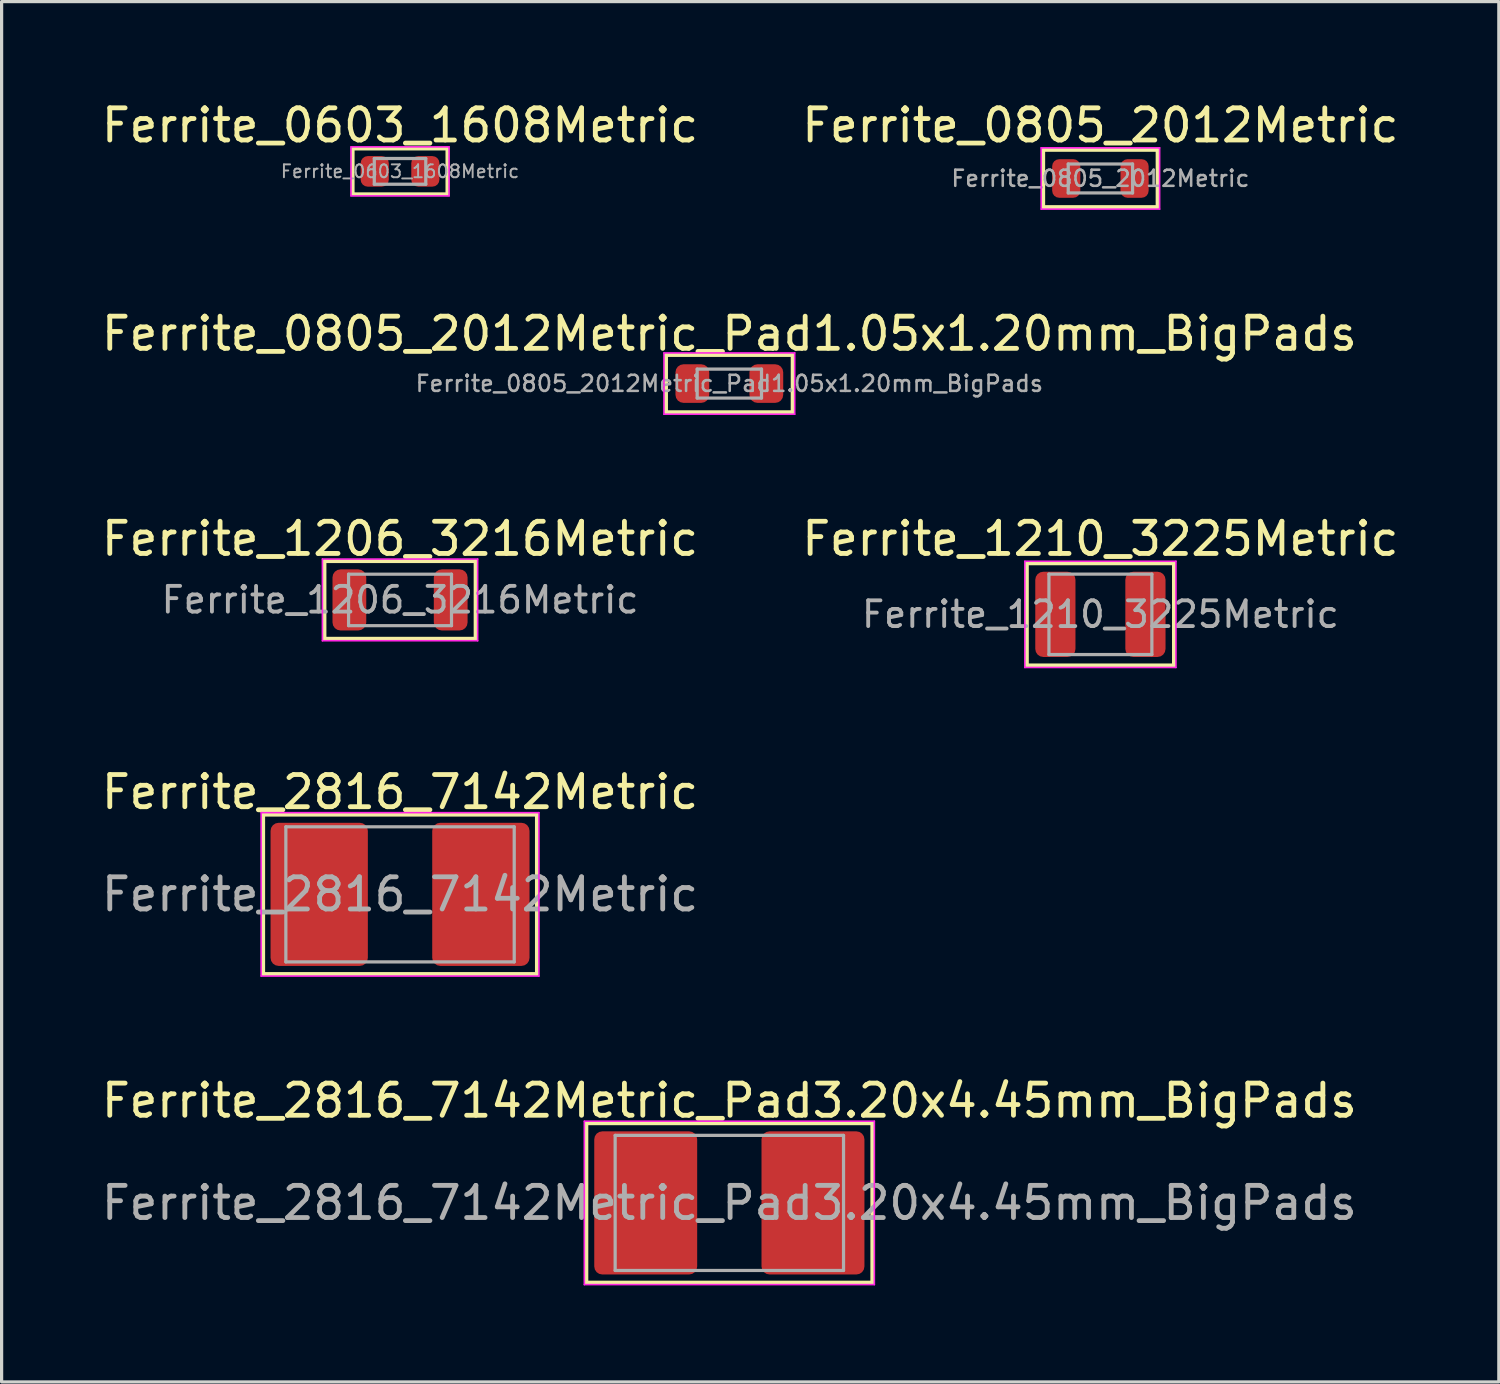
<source format=kicad_pcb>
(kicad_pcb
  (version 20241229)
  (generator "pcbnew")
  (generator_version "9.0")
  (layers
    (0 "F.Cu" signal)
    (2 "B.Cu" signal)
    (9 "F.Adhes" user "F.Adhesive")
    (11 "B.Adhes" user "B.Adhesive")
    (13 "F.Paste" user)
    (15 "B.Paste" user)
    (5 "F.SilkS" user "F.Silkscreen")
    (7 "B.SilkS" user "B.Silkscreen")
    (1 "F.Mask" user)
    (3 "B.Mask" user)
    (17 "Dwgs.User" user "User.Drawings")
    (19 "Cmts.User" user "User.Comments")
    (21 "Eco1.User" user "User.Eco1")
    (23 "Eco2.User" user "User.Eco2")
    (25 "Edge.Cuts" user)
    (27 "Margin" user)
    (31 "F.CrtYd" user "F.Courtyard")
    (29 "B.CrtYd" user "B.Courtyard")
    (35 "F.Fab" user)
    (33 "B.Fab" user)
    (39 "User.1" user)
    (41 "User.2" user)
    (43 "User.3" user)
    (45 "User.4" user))
  (footprint "Ferrite_2816_7142Metric"
    (layer "F.Cu")
    (at 9.387 24.755)
    (property "Reference" "Ferrite_2816_7142Metric" (at 0 -3.18 0) (layer "F.SilkS") (effects (font (size 1 1) (thickness 0.15))))
    (attr smd)
    (fp_line (start -4.255 -2.477) (end 4.255 -2.477) (stroke (width 0.12) (type solid)) (layer "F.SilkS"))
    (fp_line (start -4.255 2.477) (end -4.255 -2.477) (stroke (width 0.12) (type solid)) (layer "F.SilkS"))
    (fp_line (start 4.255 -2.477) (end 4.255 2.477) (stroke (width 0.12) (type solid)) (layer "F.SilkS"))
    (fp_line (start 4.255 2.477) (end -4.255 2.477) (stroke (width 0.12) (type solid)) (layer "F.SilkS"))
    (fp_line (start -4.318 -2.54) (end 4.318 -2.54) (stroke (width 0.05) (type solid)) (layer "F.CrtYd"))
    (fp_line (start -4.318 2.54) (end -4.318 -2.54) (stroke (width 0.05) (type solid)) (layer "F.CrtYd"))
    (fp_line (start 4.318 -2.54) (end 4.318 2.54) (stroke (width 0.05) (type solid)) (layer "F.CrtYd"))
    (fp_line (start 4.318 2.54) (end -4.318 2.54) (stroke (width 0.05) (type solid)) (layer "F.CrtYd"))
    (fp_line (start -3.55 -2.1) (end 3.55 -2.1) (stroke (width 0.1) (type solid)) (layer "F.Fab"))
    (fp_line (start -3.55 2.1) (end -3.55 -2.1) (stroke (width 0.1) (type solid)) (layer "F.Fab"))
    (fp_line (start 3.55 -2.1) (end 3.55 2.1) (stroke (width 0.1) (type solid)) (layer "F.Fab"))
    (fp_line (start 3.55 2.1) (end -3.55 2.1) (stroke (width 0.1) (type solid)) (layer "F.Fab"))
    (fp_text user "${REFERENCE}" (at 0 0 0) (layer "F.Fab") (effects (font (size 1 1) (thickness 0.15))))
    (pad "1" smd roundrect (at -2.513 0) (size 3.025 4.45) (layers "F.Cu" "F.Mask" "F.Paste") (roundrect_rratio 0.083))
    (pad "2" smd roundrect (at 2.513 0) (size 3.025 4.45) (layers "F.Cu" "F.Mask" "F.Paste") (roundrect_rratio 0.083)))
  (footprint "Ferrite_2816_7142Metric_Pad3.20x4.45mm_BigPads"
    (layer "F.Cu")
    (at 19.625 34.348)
    (property "Reference" "Ferrite_2816_7142Metric_Pad3.20x4.45mm_BigPads" (at 0 -3.18 0) (layer "F.SilkS") (effects (font (size 1 1) (thickness 0.15))))
    (attr smd)
    (fp_line (start -4.445 -2.477) (end 4.445 -2.477) (stroke (width 0.12) (type solid)) (layer "F.SilkS"))
    (fp_line (start -4.445 2.477) (end -4.445 -2.477) (stroke (width 0.12) (type solid)) (layer "F.SilkS"))
    (fp_line (start 4.445 -2.477) (end 4.445 2.477) (stroke (width 0.12) (type solid)) (layer "F.SilkS"))
    (fp_line (start 4.445 2.477) (end -4.445 2.477) (stroke (width 0.12) (type solid)) (layer "F.SilkS"))
    (fp_line (start -4.508 -2.54) (end 4.508 -2.54) (stroke (width 0.05) (type solid)) (layer "F.CrtYd"))
    (fp_line (start -4.508 2.54) (end -4.508 -2.54) (stroke (width 0.05) (type solid)) (layer "F.CrtYd"))
    (fp_line (start 4.508 -2.54) (end 4.508 2.54) (stroke (width 0.05) (type solid)) (layer "F.CrtYd"))
    (fp_line (start 4.508 2.54) (end -4.508 2.54) (stroke (width 0.05) (type solid)) (layer "F.CrtYd"))
    (fp_line (start -3.55 -2.1) (end 3.55 -2.1) (stroke (width 0.1) (type solid)) (layer "F.Fab"))
    (fp_line (start -3.55 2.1) (end -3.55 -2.1) (stroke (width 0.1) (type solid)) (layer "F.Fab"))
    (fp_line (start 3.55 -2.1) (end 3.55 2.1) (stroke (width 0.1) (type solid)) (layer "F.Fab"))
    (fp_line (start 3.55 2.1) (end -3.55 2.1) (stroke (width 0.1) (type solid)) (layer "F.Fab"))
    (fp_text user "${REFERENCE}" (at 0 0 0) (layer "F.Fab") (effects (font (size 1 1) (thickness 0.15))))
    (pad "1" smd roundrect (at -2.6 0) (size 3.2 4.45) (layers "F.Cu" "F.Mask" "F.Paste") (roundrect_rratio 0.078))
    (pad "2" smd roundrect (at 2.6 0) (size 3.2 4.45) (layers "F.Cu" "F.Mask" "F.Paste") (roundrect_rratio 0.078)))
  (footprint "Ferrite_1206_3216Metric"
    (layer "F.Cu")
    (at 9.387 15.601)
    (property "Reference" "Ferrite_1206_3216Metric" (at 0 -1.9 0) (layer "F.SilkS") (effects (font (size 1 1) (thickness 0.15))))
    (attr smd)
    (fp_line (start -2.349 -1.206) (end 2.349 -1.206) (stroke (width 0.12) (type solid)) (layer "F.SilkS"))
    (fp_line (start -2.349 1.206) (end -2.349 -1.206) (stroke (width 0.12) (type solid)) (layer "F.SilkS"))
    (fp_line (start 2.349 -1.206) (end 2.349 1.206) (stroke (width 0.12) (type solid)) (layer "F.SilkS"))
    (fp_line (start 2.349 1.206) (end -2.349 1.206) (stroke (width 0.12) (type solid)) (layer "F.SilkS"))
    (fp_line (start -2.413 -1.27) (end 2.413 -1.27) (stroke (width 0.05) (type solid)) (layer "F.CrtYd"))
    (fp_line (start -2.413 1.27) (end -2.413 -1.27) (stroke (width 0.05) (type solid)) (layer "F.CrtYd"))
    (fp_line (start 2.413 -1.27) (end 2.413 1.27) (stroke (width 0.05) (type solid)) (layer "F.CrtYd"))
    (fp_line (start 2.413 1.27) (end -2.413 1.27) (stroke (width 0.05) (type solid)) (layer "F.CrtYd"))
    (fp_line (start -1.6 -0.8) (end 1.6 -0.8) (stroke (width 0.1) (type solid)) (layer "F.Fab"))
    (fp_line (start -1.6 0.8) (end -1.6 -0.8) (stroke (width 0.1) (type solid)) (layer "F.Fab"))
    (fp_line (start 1.6 -0.8) (end 1.6 0.8) (stroke (width 0.1) (type solid)) (layer "F.Fab"))
    (fp_line (start 1.6 0.8) (end -1.6 0.8) (stroke (width 0.1) (type solid)) (layer "F.Fab"))
    (fp_text user "${REFERENCE}" (at 0 0 0) (layer "F.Fab") (effects (font (size 0.8 0.8) (thickness 0.12))))
    (pad "1" smd roundrect (at -1.575 0) (size 1.05 1.9) (layers "F.Cu" "F.Mask" "F.Paste") (roundrect_rratio 0.238))
    (pad "2" smd roundrect (at 1.575 0) (size 1.05 1.9) (layers "F.Cu" "F.Mask" "F.Paste") (roundrect_rratio 0.238)))
  (footprint "Ferrite_0805_2012Metric"
    (layer "F.Cu")
    (at 31.161 2.499)
    (property "Reference" "Ferrite_0805_2012Metric" (at 0 -1.651 0) (layer "F.SilkS") (effects (font (size 1 1) (thickness 0.15))))
    (attr smd)
    (fp_line (start -1.778 -0.889) (end 1.778 -0.889) (stroke (width 0.12) (type solid)) (layer "F.SilkS"))
    (fp_line (start -1.778 0.889) (end -1.778 -0.889) (stroke (width 0.12) (type solid)) (layer "F.SilkS"))
    (fp_line (start 1.778 -0.889) (end 1.778 0.889) (stroke (width 0.12) (type solid)) (layer "F.SilkS"))
    (fp_line (start 1.778 0.889) (end -1.778 0.889) (stroke (width 0.12) (type solid)) (layer "F.SilkS"))
    (fp_line (start -1.841 -0.953) (end 1.841 -0.953) (stroke (width 0.05) (type solid)) (layer "F.CrtYd"))
    (fp_line (start -1.841 0.953) (end -1.841 -0.953) (stroke (width 0.05) (type solid)) (layer "F.CrtYd"))
    (fp_line (start 1.841 -0.953) (end 1.841 0.953) (stroke (width 0.05) (type solid)) (layer "F.CrtYd"))
    (fp_line (start 1.841 0.953) (end -1.841 0.953) (stroke (width 0.05) (type solid)) (layer "F.CrtYd"))
    (fp_line (start -1 -0.45) (end 1 -0.45) (stroke (width 0.1) (type solid)) (layer "F.Fab"))
    (fp_line (start -1 0.45) (end -1 -0.45) (stroke (width 0.1) (type solid)) (layer "F.Fab"))
    (fp_line (start 1 -0.45) (end 1 0.45) (stroke (width 0.1) (type solid)) (layer "F.Fab"))
    (fp_line (start 1 0.45) (end -1 0.45) (stroke (width 0.1) (type solid)) (layer "F.Fab"))
    (fp_text user "${REFERENCE}" (at 0 0 0) (layer "F.Fab") (effects (font (size 0.5 0.5) (thickness 0.08))))
    (pad "1" smd roundrect (at -1.062 0) (size 0.875 1.2) (layers "F.Cu" "F.Mask" "F.Paste") (roundrect_rratio 0.25))
    (pad "2" smd roundrect (at 1.062 0) (size 0.875 1.2) (layers "F.Cu" "F.Mask" "F.Paste") (roundrect_rratio 0.25)))
  (footprint "Ferrite_0805_2012Metric_Pad1.05x1.20mm_BigPads"
    (layer "F.Cu")
    (at 19.625 8.875)
    (property "Reference" "Ferrite_0805_2012Metric_Pad1.05x1.20mm_BigPads" (at 0 -1.55 0) (layer "F.SilkS") (effects (font (size 1 1) (thickness 0.15))))
    (attr smd)
    (fp_line (start -1.968 -0.889) (end 1.968 -0.889) (stroke (width 0.12) (type solid)) (layer "F.SilkS"))
    (fp_line (start -1.968 0.889) (end -1.968 -0.889) (stroke (width 0.12) (type solid)) (layer "F.SilkS"))
    (fp_line (start 1.968 -0.889) (end 1.968 0.889) (stroke (width 0.12) (type solid)) (layer "F.SilkS"))
    (fp_line (start 1.968 0.889) (end -1.968 0.889) (stroke (width 0.12) (type solid)) (layer "F.SilkS"))
    (fp_line (start -2.032 -0.953) (end 2.032 -0.953) (stroke (width 0.05) (type solid)) (layer "F.CrtYd"))
    (fp_line (start -2.032 0.953) (end -2.032 -0.953) (stroke (width 0.05) (type solid)) (layer "F.CrtYd"))
    (fp_line (start 2.032 -0.953) (end 2.032 0.953) (stroke (width 0.05) (type solid)) (layer "F.CrtYd"))
    (fp_line (start 2.032 0.953) (end -2.032 0.953) (stroke (width 0.05) (type solid)) (layer "F.CrtYd"))
    (fp_line (start -1 -0.45) (end 1 -0.45) (stroke (width 0.1) (type solid)) (layer "F.Fab"))
    (fp_line (start -1 0.45) (end -1 -0.45) (stroke (width 0.1) (type solid)) (layer "F.Fab"))
    (fp_line (start 1 -0.45) (end 1 0.45) (stroke (width 0.1) (type solid)) (layer "F.Fab"))
    (fp_line (start 1 0.45) (end -1 0.45) (stroke (width 0.1) (type solid)) (layer "F.Fab"))
    (fp_text user "${REFERENCE}" (at 0 0 0) (layer "F.Fab") (effects (font (size 0.5 0.5) (thickness 0.08))))
    (pad "1" smd roundrect (at -1.15 0) (size 1.05 1.2) (layers "F.Cu" "F.Mask" "F.Paste") (roundrect_rratio 0.238))
    (pad "2" smd roundrect (at 1.15 0) (size 1.05 1.2) (layers "F.Cu" "F.Mask" "F.Paste") (roundrect_rratio 0.238)))
  (footprint "Ferrite_0603_1608Metric"
    (layer "F.Cu")
    (at 9.387 2.278)
    (property "Reference" "Ferrite_0603_1608Metric" (at 0 -1.43 0) (layer "F.SilkS") (effects (font (size 1 1) (thickness 0.15))))
    (attr smd)
    (fp_line (start -1.473 -0.711) (end 1.473 -0.711) (stroke (width 0.12) (type solid)) (layer "F.SilkS"))
    (fp_line (start -1.473 0.711) (end -1.473 -0.711) (stroke (width 0.12) (type solid)) (layer "F.SilkS"))
    (fp_line (start 1.473 -0.711) (end 1.473 0.711) (stroke (width 0.12) (type solid)) (layer "F.SilkS"))
    (fp_line (start 1.473 0.711) (end -1.473 0.711) (stroke (width 0.12) (type solid)) (layer "F.SilkS"))
    (fp_line (start -1.524 -0.762) (end 1.524 -0.762) (stroke (width 0.05) (type solid)) (layer "F.CrtYd"))
    (fp_line (start -1.524 0.762) (end -1.524 -0.762) (stroke (width 0.05) (type solid)) (layer "F.CrtYd"))
    (fp_line (start 1.524 -0.762) (end 1.524 0.762) (stroke (width 0.05) (type solid)) (layer "F.CrtYd"))
    (fp_line (start 1.524 0.762) (end -1.524 0.762) (stroke (width 0.05) (type solid)) (layer "F.CrtYd"))
    (fp_line (start -0.8 -0.4) (end 0.8 -0.4) (stroke (width 0.1) (type solid)) (layer "F.Fab"))
    (fp_line (start -0.8 0.4) (end -0.8 -0.4) (stroke (width 0.1) (type solid)) (layer "F.Fab"))
    (fp_line (start 0.8 -0.4) (end 0.8 0.4) (stroke (width 0.1) (type solid)) (layer "F.Fab"))
    (fp_line (start 0.8 0.4) (end -0.8 0.4) (stroke (width 0.1) (type solid)) (layer "F.Fab"))
    (fp_text user "${REFERENCE}" (at 0 0 0) (layer "F.Fab") (effects (font (size 0.4 0.4) (thickness 0.06))))
    (pad "1" smd roundrect (at -0.787 0) (size 0.875 0.95) (layers "F.Cu" "F.Mask" "F.Paste") (roundrect_rratio 0.25))
    (pad "2" smd roundrect (at 0.787 0) (size 0.875 0.95) (layers "F.Cu" "F.Mask" "F.Paste") (roundrect_rratio 0.25)))
  (footprint "Ferrite_1210_3225Metric"
    (layer "F.Cu")
    (at 31.161 16.05)
    (property "Reference" "Ferrite_1210_3225Metric" (at 0 -2.349 0) (layer "F.SilkS") (effects (font (size 1 1) (thickness 0.15))))
    (attr smd)
    (fp_line (start -2.286 -1.587) (end 2.286 -1.587) (stroke (width 0.12) (type solid)) (layer "F.SilkS"))
    (fp_line (start -2.286 1.587) (end -2.286 -1.587) (stroke (width 0.12) (type solid)) (layer "F.SilkS"))
    (fp_line (start 2.286 -1.587) (end 2.286 1.587) (stroke (width 0.12) (type solid)) (layer "F.SilkS"))
    (fp_line (start 2.286 1.587) (end -2.286 1.587) (stroke (width 0.12) (type solid)) (layer "F.SilkS"))
    (fp_line (start -2.349 -1.651) (end 2.349 -1.651) (stroke (width 0.05) (type solid)) (layer "F.CrtYd"))
    (fp_line (start -2.349 1.651) (end -2.349 -1.651) (stroke (width 0.05) (type solid)) (layer "F.CrtYd"))
    (fp_line (start 2.349 -1.651) (end 2.349 1.651) (stroke (width 0.05) (type solid)) (layer "F.CrtYd"))
    (fp_line (start 2.349 1.651) (end -2.349 1.651) (stroke (width 0.05) (type solid)) (layer "F.CrtYd"))
    (fp_line (start -1.6 -1.25) (end 1.6 -1.25) (stroke (width 0.1) (type solid)) (layer "F.Fab"))
    (fp_line (start -1.6 1.25) (end -1.6 -1.25) (stroke (width 0.1) (type solid)) (layer "F.Fab"))
    (fp_line (start 1.6 -1.25) (end 1.6 1.25) (stroke (width 0.1) (type solid)) (layer "F.Fab"))
    (fp_line (start 1.6 1.25) (end -1.6 1.25) (stroke (width 0.1) (type solid)) (layer "F.Fab"))
    (fp_text user "${REFERENCE}" (at 0 0 0) (layer "F.Fab") (effects (font (size 0.8 0.8) (thickness 0.12))))
    (pad "1" smd roundrect (at -1.4 0) (size 1.25 2.65) (layers "F.Cu" "F.Mask" "F.Paste") (roundrect_rratio 0.2))
    (pad "2" smd roundrect (at 1.4 0) (size 1.25 2.65) (layers "F.Cu" "F.Mask" "F.Paste") (roundrect_rratio 0.2)))
  (gr_rect
    (start -3 -3)
    (end 43.548 39.913)
    (stroke (width 0.1) (type default))
    (fill no)
    (layer "Edge.Cuts")))
</source>
